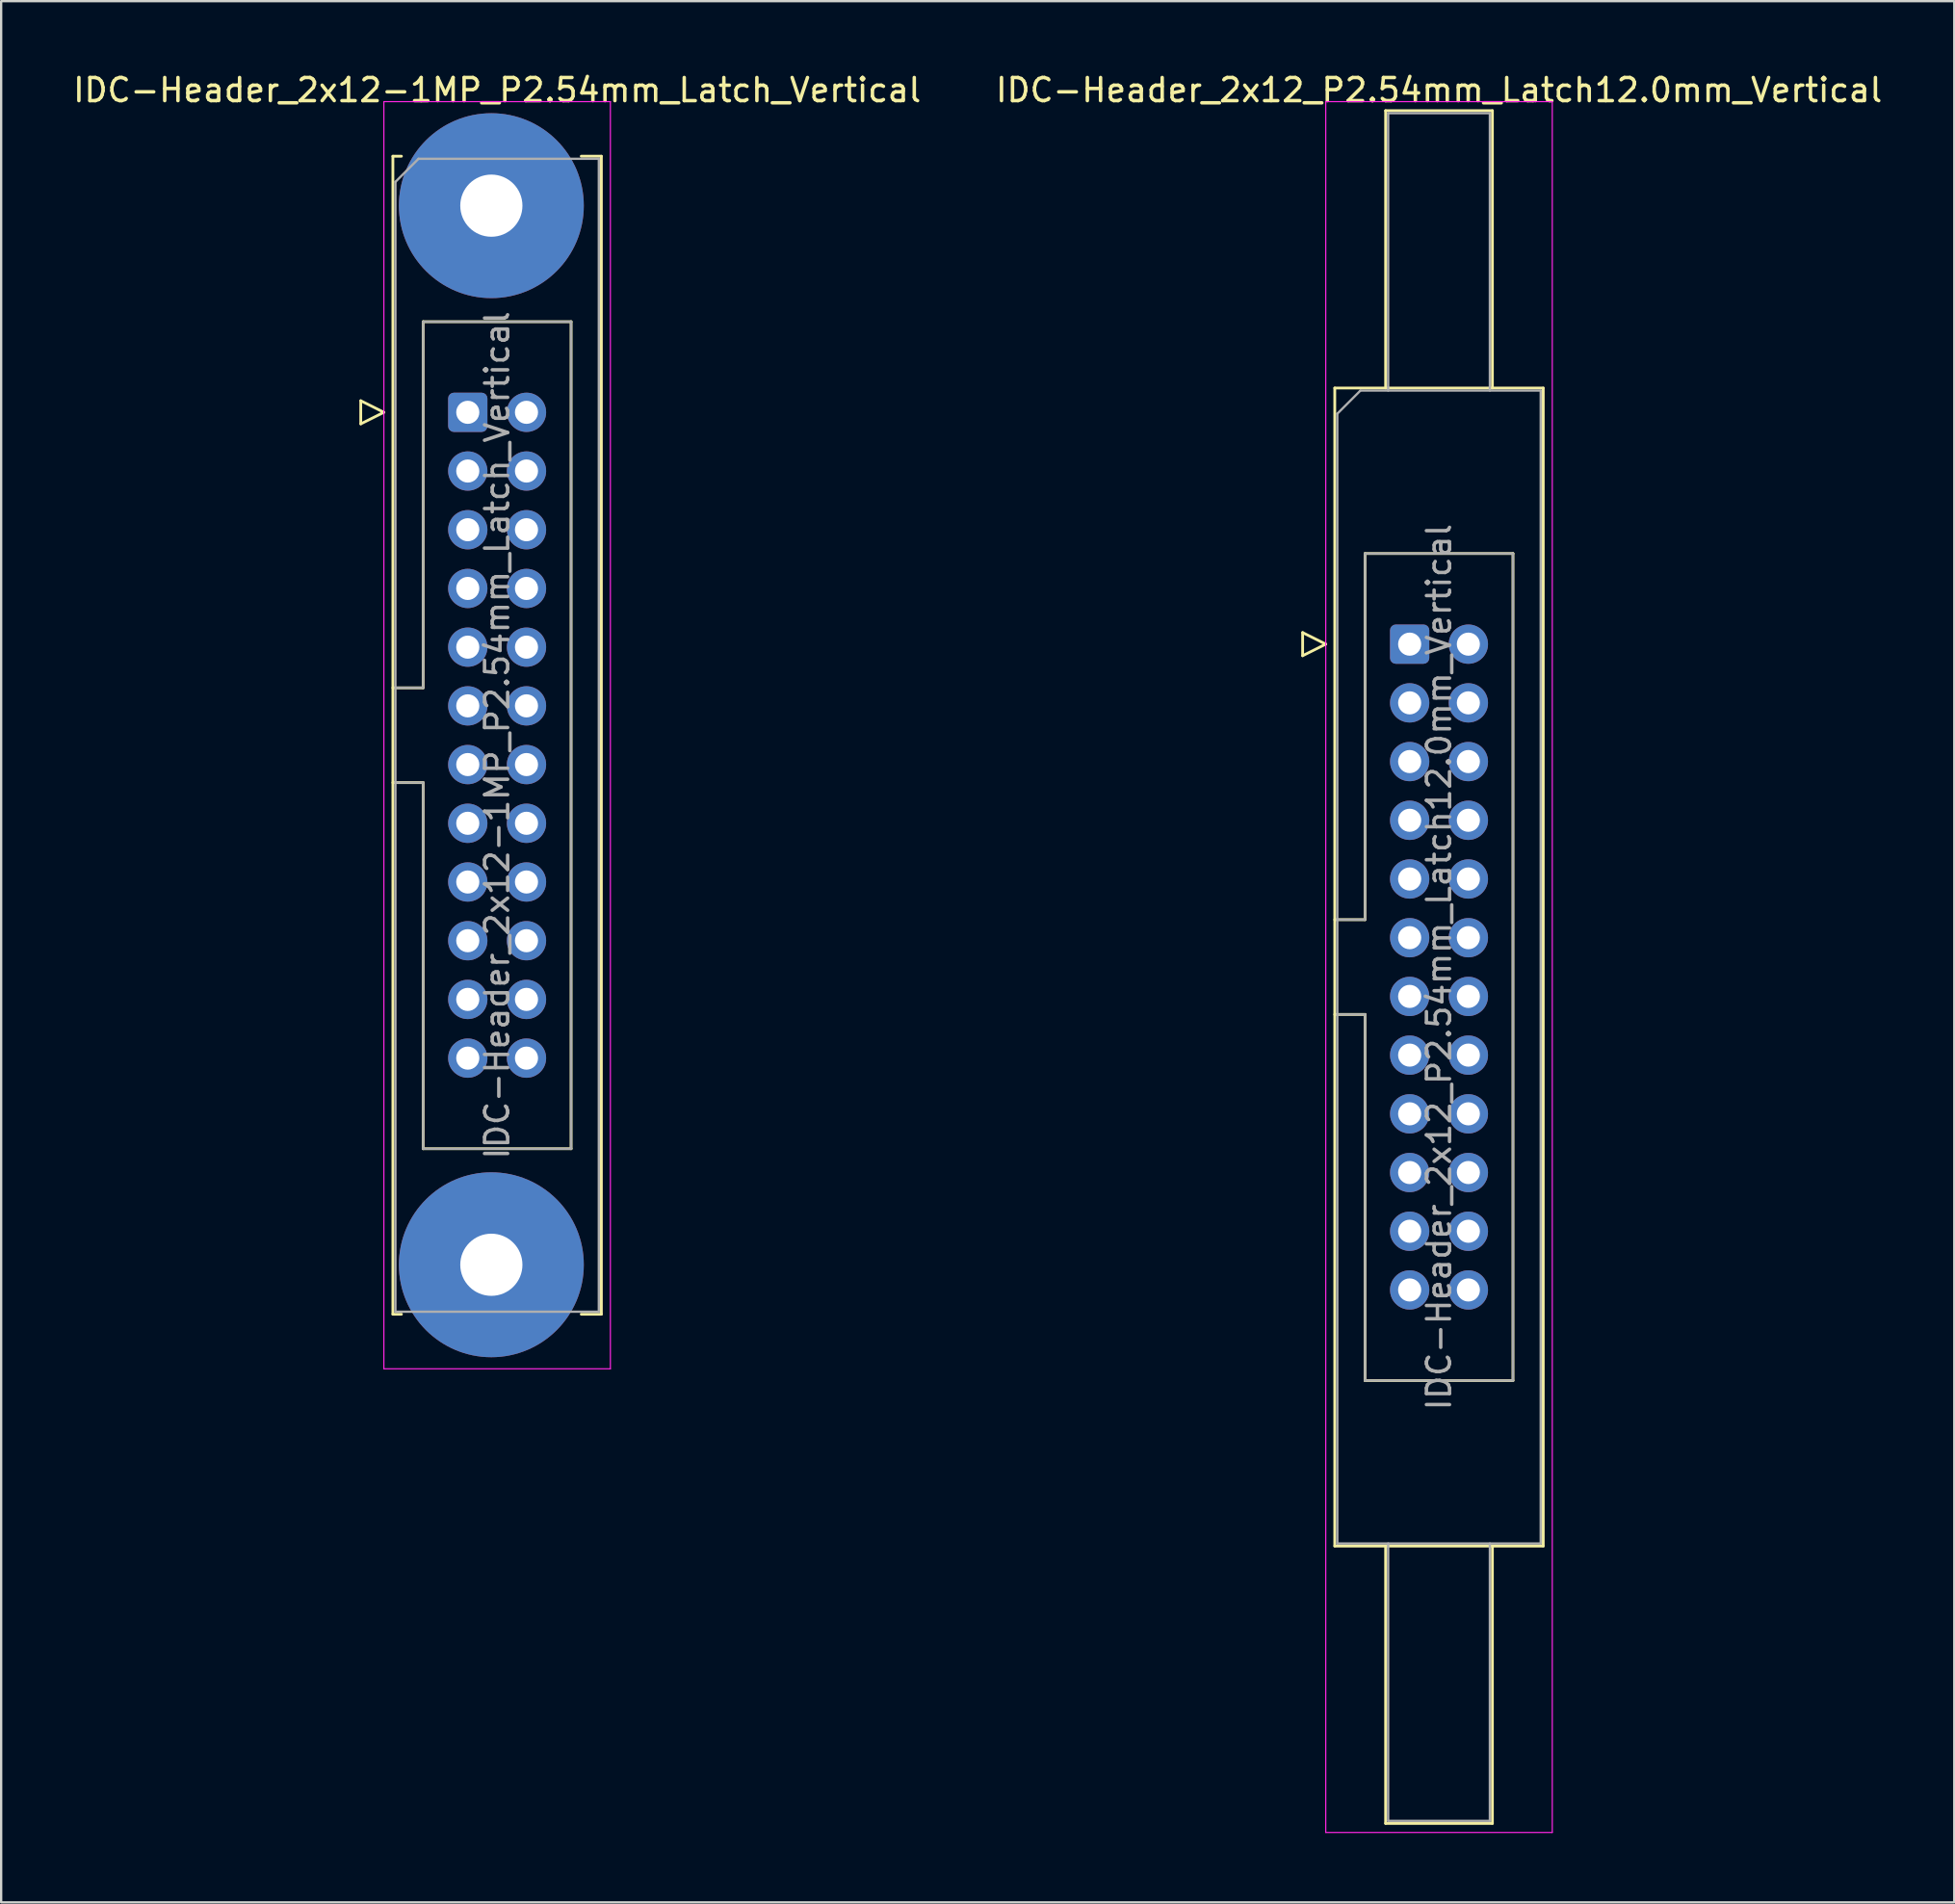
<source format=kicad_pcb>
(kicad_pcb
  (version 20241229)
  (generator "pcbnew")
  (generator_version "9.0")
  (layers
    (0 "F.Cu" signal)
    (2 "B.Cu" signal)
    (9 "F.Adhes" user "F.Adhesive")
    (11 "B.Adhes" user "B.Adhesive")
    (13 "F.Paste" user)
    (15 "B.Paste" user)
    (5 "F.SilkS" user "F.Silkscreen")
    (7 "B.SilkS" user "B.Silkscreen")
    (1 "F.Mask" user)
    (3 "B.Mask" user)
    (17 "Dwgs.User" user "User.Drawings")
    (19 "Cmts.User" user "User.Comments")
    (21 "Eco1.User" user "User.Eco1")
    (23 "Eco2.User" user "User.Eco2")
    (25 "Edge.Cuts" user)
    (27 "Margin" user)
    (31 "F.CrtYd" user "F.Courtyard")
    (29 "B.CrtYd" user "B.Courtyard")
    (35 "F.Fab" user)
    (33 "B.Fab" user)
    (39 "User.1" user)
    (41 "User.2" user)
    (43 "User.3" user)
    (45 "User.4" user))
  (footprint "IDC-Header_2x12_P2.54mm_Latch12.0mm_Vertical"
    (layer "F.Cu")
    (at 57.938 24.818)
    (property "Reference" "IDC-Header_2x12_P2.54mm_Latch12.0mm_Vertical" (at 1.27 -23.97 0) (layer "F.SilkS") (effects (font (size 1 1) (thickness 0.15))))
    (attr through_hole)
    (fp_line (start -4.63 -0.5) (end -4.63 0.5) (stroke (width 0.12) (type solid)) (layer "F.SilkS"))
    (fp_line (start -4.63 0.5) (end -3.63 0) (stroke (width 0.12) (type solid)) (layer "F.SilkS"))
    (fp_line (start -3.63 0) (end -4.63 -0.5) (stroke (width 0.12) (type solid)) (layer "F.SilkS"))
    (fp_line (start -3.24 -11.08) (end 5.78 -11.08) (stroke (width 0.12) (type solid)) (layer "F.SilkS"))
    (fp_line (start -3.24 11.92) (end -1.93 11.92) (stroke (width 0.12) (type solid)) (layer "F.SilkS"))
    (fp_line (start -3.24 39.02) (end -3.24 -11.08) (stroke (width 0.12) (type solid)) (layer "F.SilkS"))
    (fp_line (start -1.93 -3.92) (end 4.47 -3.92) (stroke (width 0.12) (type solid)) (layer "F.SilkS"))
    (fp_line (start -1.93 11.92) (end -1.93 -3.92) (stroke (width 0.12) (type solid)) (layer "F.SilkS"))
    (fp_line (start -1.93 16.02) (end -3.24 16.02) (stroke (width 0.12) (type solid)) (layer "F.SilkS"))
    (fp_line (start -1.93 31.86) (end -1.93 16.02) (stroke (width 0.12) (type solid)) (layer "F.SilkS"))
    (fp_line (start -1.04 -23.08) (end 3.58 -23.08) (stroke (width 0.12) (type solid)) (layer "F.SilkS"))
    (fp_line (start -1.04 -11.08) (end -1.04 -23.08) (stroke (width 0.12) (type solid)) (layer "F.SilkS"))
    (fp_line (start -1.04 39.02) (end -1.04 51.02) (stroke (width 0.12) (type solid)) (layer "F.SilkS"))
    (fp_line (start -1.04 51.02) (end 3.58 51.02) (stroke (width 0.12) (type solid)) (layer "F.SilkS"))
    (fp_line (start 3.58 -23.08) (end 3.58 -11.08) (stroke (width 0.12) (type solid)) (layer "F.SilkS"))
    (fp_line (start 3.58 51.02) (end 3.58 39.02) (stroke (width 0.12) (type solid)) (layer "F.SilkS"))
    (fp_line (start 4.47 -3.92) (end 4.47 31.86) (stroke (width 0.12) (type solid)) (layer "F.SilkS"))
    (fp_line (start 4.47 31.86) (end -1.93 31.86) (stroke (width 0.12) (type solid)) (layer "F.SilkS"))
    (fp_line (start 5.78 -11.08) (end 5.78 39.02) (stroke (width 0.12) (type solid)) (layer "F.SilkS"))
    (fp_line (start 5.78 39.02) (end -3.24 39.02) (stroke (width 0.12) (type solid)) (layer "F.SilkS"))
    (fp_line (start -3.63 -23.47) (end -3.63 51.41) (stroke (width 0.05) (type solid)) (layer "F.CrtYd"))
    (fp_line (start -3.63 51.41) (end 6.17 51.41) (stroke (width 0.05) (type solid)) (layer "F.CrtYd"))
    (fp_line (start 6.17 -23.47) (end -3.63 -23.47) (stroke (width 0.05) (type solid)) (layer "F.CrtYd"))
    (fp_line (start 6.17 51.41) (end 6.17 -23.47) (stroke (width 0.05) (type solid)) (layer "F.CrtYd"))
    (fp_line (start -3.13 -9.97) (end -2.13 -10.97) (stroke (width 0.1) (type solid)) (layer "F.Fab"))
    (fp_line (start -3.13 11.92) (end -1.93 11.92) (stroke (width 0.1) (type solid)) (layer "F.Fab"))
    (fp_line (start -3.13 38.91) (end -3.13 -9.97) (stroke (width 0.1) (type solid)) (layer "F.Fab"))
    (fp_line (start -2.13 -10.97) (end 5.67 -10.97) (stroke (width 0.1) (type solid)) (layer "F.Fab"))
    (fp_line (start -1.93 -3.92) (end 4.47 -3.92) (stroke (width 0.1) (type solid)) (layer "F.Fab"))
    (fp_line (start -1.93 11.92) (end -1.93 -3.92) (stroke (width 0.1) (type solid)) (layer "F.Fab"))
    (fp_line (start -1.93 16.02) (end -3.13 16.02) (stroke (width 0.1) (type solid)) (layer "F.Fab"))
    (fp_line (start -1.93 31.86) (end -1.93 16.02) (stroke (width 0.1) (type solid)) (layer "F.Fab"))
    (fp_line (start -0.93 -22.97) (end 3.47 -22.97) (stroke (width 0.1) (type solid)) (layer "F.Fab"))
    (fp_line (start -0.93 -10.97) (end -0.93 -22.97) (stroke (width 0.1) (type solid)) (layer "F.Fab"))
    (fp_line (start -0.93 38.91) (end -0.93 50.91) (stroke (width 0.1) (type solid)) (layer "F.Fab"))
    (fp_line (start -0.93 50.91) (end 3.47 50.91) (stroke (width 0.1) (type solid)) (layer "F.Fab"))
    (fp_line (start 3.47 -22.97) (end 3.47 -10.97) (stroke (width 0.1) (type solid)) (layer "F.Fab"))
    (fp_line (start 3.47 50.91) (end 3.47 38.91) (stroke (width 0.1) (type solid)) (layer "F.Fab"))
    (fp_line (start 4.47 -3.92) (end 4.47 31.86) (stroke (width 0.1) (type solid)) (layer "F.Fab"))
    (fp_line (start 4.47 31.86) (end -1.93 31.86) (stroke (width 0.1) (type solid)) (layer "F.Fab"))
    (fp_line (start 5.67 -10.97) (end 5.67 38.91) (stroke (width 0.1) (type solid)) (layer "F.Fab"))
    (fp_line (start 5.67 38.91) (end -3.13 38.91) (stroke (width 0.1) (type solid)) (layer "F.Fab"))
    (fp_text user "${REFERENCE}" (at 1.27 13.97 90) (layer "F.Fab") (effects (font (size 1 1) (thickness 0.15))))
    (pad "1" thru_hole roundrect (at 0 0) (size 1.7 1.7) (drill 1) (layers "*.Cu" "*.Mask") (roundrect_rratio 0.147))
    (pad "2" thru_hole circle (at 2.54 0) (size 1.7 1.7) (drill 1) (layers "*.Cu" "*.Mask"))
    (pad "3" thru_hole circle (at 0 2.54) (size 1.7 1.7) (drill 1) (layers "*.Cu" "*.Mask"))
    (pad "4" thru_hole circle (at 2.54 2.54) (size 1.7 1.7) (drill 1) (layers "*.Cu" "*.Mask"))
    (pad "5" thru_hole circle (at 0 5.08) (size 1.7 1.7) (drill 1) (layers "*.Cu" "*.Mask"))
    (pad "6" thru_hole circle (at 2.54 5.08) (size 1.7 1.7) (drill 1) (layers "*.Cu" "*.Mask"))
    (pad "7" thru_hole circle (at 0 7.62) (size 1.7 1.7) (drill 1) (layers "*.Cu" "*.Mask"))
    (pad "8" thru_hole circle (at 2.54 7.62) (size 1.7 1.7) (drill 1) (layers "*.Cu" "*.Mask"))
    (pad "9" thru_hole circle (at 0 10.16) (size 1.7 1.7) (drill 1) (layers "*.Cu" "*.Mask"))
    (pad "10" thru_hole circle (at 2.54 10.16) (size 1.7 1.7) (drill 1) (layers "*.Cu" "*.Mask"))
    (pad "11" thru_hole circle (at 0 12.7) (size 1.7 1.7) (drill 1) (layers "*.Cu" "*.Mask"))
    (pad "12" thru_hole circle (at 2.54 12.7) (size 1.7 1.7) (drill 1) (layers "*.Cu" "*.Mask"))
    (pad "13" thru_hole circle (at 0 15.24) (size 1.7 1.7) (drill 1) (layers "*.Cu" "*.Mask"))
    (pad "14" thru_hole circle (at 2.54 15.24) (size 1.7 1.7) (drill 1) (layers "*.Cu" "*.Mask"))
    (pad "15" thru_hole circle (at 0 17.78) (size 1.7 1.7) (drill 1) (layers "*.Cu" "*.Mask"))
    (pad "16" thru_hole circle (at 2.54 17.78) (size 1.7 1.7) (drill 1) (layers "*.Cu" "*.Mask"))
    (pad "17" thru_hole circle (at 0 20.32) (size 1.7 1.7) (drill 1) (layers "*.Cu" "*.Mask"))
    (pad "18" thru_hole circle (at 2.54 20.32) (size 1.7 1.7) (drill 1) (layers "*.Cu" "*.Mask"))
    (pad "19" thru_hole circle (at 0 22.86) (size 1.7 1.7) (drill 1) (layers "*.Cu" "*.Mask"))
    (pad "20" thru_hole circle (at 2.54 22.86) (size 1.7 1.7) (drill 1) (layers "*.Cu" "*.Mask"))
    (pad "21" thru_hole circle (at 0 25.4) (size 1.7 1.7) (drill 1) (layers "*.Cu" "*.Mask"))
    (pad "22" thru_hole circle (at 2.54 25.4) (size 1.7 1.7) (drill 1) (layers "*.Cu" "*.Mask"))
    (pad "23" thru_hole circle (at 0 27.94) (size 1.7 1.7) (drill 1) (layers "*.Cu" "*.Mask"))
    (pad "24" thru_hole circle (at 2.54 27.94) (size 1.7 1.7) (drill 1) (layers "*.Cu" "*.Mask")))
  (footprint "IDC-Header_2x12-1MP_P2.54mm_Latch_Vertical"
    (layer "F.Cu")
    (at 17.188 14.788)
    (property "Reference" "IDC-Header_2x12-1MP_P2.54mm_Latch_Vertical" (at 1.27 -13.94 0) (layer "F.SilkS") (effects (font (size 1 1) (thickness 0.15))))
    (attr through_hole)
    (fp_line (start -4.63 -0.5) (end -4.63 0.5) (stroke (width 0.12) (type solid)) (layer "F.SilkS"))
    (fp_line (start -4.63 0.5) (end -3.63 0) (stroke (width 0.12) (type solid)) (layer "F.SilkS"))
    (fp_line (start -3.63 0) (end -4.63 -0.5) (stroke (width 0.12) (type solid)) (layer "F.SilkS"))
    (fp_line (start -3.24 -11.08) (end -3.24 39.02) (stroke (width 0.12) (type solid)) (layer "F.SilkS"))
    (fp_line (start -3.24 11.92) (end -1.93 11.92) (stroke (width 0.12) (type solid)) (layer "F.SilkS"))
    (fp_line (start -3.24 39.02) (end -2.87 39.02) (stroke (width 0.12) (type solid)) (layer "F.SilkS"))
    (fp_line (start -2.87 -11.08) (end -3.24 -11.08) (stroke (width 0.12) (type solid)) (layer "F.SilkS"))
    (fp_line (start -1.93 -3.92) (end 4.47 -3.92) (stroke (width 0.12) (type solid)) (layer "F.SilkS"))
    (fp_line (start -1.93 11.92) (end -1.93 -3.92) (stroke (width 0.12) (type solid)) (layer "F.SilkS"))
    (fp_line (start -1.93 16.02) (end -3.24 16.02) (stroke (width 0.12) (type solid)) (layer "F.SilkS"))
    (fp_line (start -1.93 31.86) (end -1.93 16.02) (stroke (width 0.12) (type solid)) (layer "F.SilkS"))
    (fp_line (start 4.47 -3.92) (end 4.47 31.86) (stroke (width 0.12) (type solid)) (layer "F.SilkS"))
    (fp_line (start 4.47 31.86) (end -1.93 31.86) (stroke (width 0.12) (type solid)) (layer "F.SilkS"))
    (fp_line (start 4.91 -11.08) (end 5.78 -11.08) (stroke (width 0.12) (type solid)) (layer "F.SilkS"))
    (fp_line (start 5.78 -11.08) (end 5.78 39.02) (stroke (width 0.12) (type solid)) (layer "F.SilkS"))
    (fp_line (start 5.78 39.02) (end 4.91 39.02) (stroke (width 0.12) (type solid)) (layer "F.SilkS"))
    (fp_line (start -3.63 -13.44) (end -3.63 41.38) (stroke (width 0.05) (type solid)) (layer "F.CrtYd"))
    (fp_line (start -3.63 41.38) (end 6.17 41.38) (stroke (width 0.05) (type solid)) (layer "F.CrtYd"))
    (fp_line (start 6.17 -13.44) (end -3.63 -13.44) (stroke (width 0.05) (type solid)) (layer "F.CrtYd"))
    (fp_line (start 6.17 41.38) (end 6.17 -13.44) (stroke (width 0.05) (type solid)) (layer "F.CrtYd"))
    (fp_line (start -3.13 -9.97) (end -2.13 -10.97) (stroke (width 0.1) (type solid)) (layer "F.Fab"))
    (fp_line (start -3.13 11.92) (end -1.93 11.92) (stroke (width 0.1) (type solid)) (layer "F.Fab"))
    (fp_line (start -3.13 38.91) (end -3.13 -9.97) (stroke (width 0.1) (type solid)) (layer "F.Fab"))
    (fp_line (start -2.13 -10.97) (end 5.67 -10.97) (stroke (width 0.1) (type solid)) (layer "F.Fab"))
    (fp_line (start -1.93 -3.92) (end 4.47 -3.92) (stroke (width 0.1) (type solid)) (layer "F.Fab"))
    (fp_line (start -1.93 11.92) (end -1.93 -3.92) (stroke (width 0.1) (type solid)) (layer "F.Fab"))
    (fp_line (start -1.93 16.02) (end -3.13 16.02) (stroke (width 0.1) (type solid)) (layer "F.Fab"))
    (fp_line (start -1.93 31.86) (end -1.93 16.02) (stroke (width 0.1) (type solid)) (layer "F.Fab"))
    (fp_line (start 4.47 -3.92) (end 4.47 31.86) (stroke (width 0.1) (type solid)) (layer "F.Fab"))
    (fp_line (start 4.47 31.86) (end -1.93 31.86) (stroke (width 0.1) (type solid)) (layer "F.Fab"))
    (fp_line (start 5.67 -10.97) (end 5.67 38.91) (stroke (width 0.1) (type solid)) (layer "F.Fab"))
    (fp_line (start 5.67 38.91) (end -3.13 38.91) (stroke (width 0.1) (type solid)) (layer "F.Fab"))
    (fp_text user "${REFERENCE}" (at 1.27 13.97 90) (layer "F.Fab") (effects (font (size 1 1) (thickness 0.15))))
    (pad "1" thru_hole roundrect (at 0 0) (size 1.7 1.7) (drill 1) (layers "*.Cu" "*.Mask") (roundrect_rratio 0.147))
    (pad "2" thru_hole circle (at 2.54 0) (size 1.7 1.7) (drill 1) (layers "*.Cu" "*.Mask"))
    (pad "3" thru_hole circle (at 0 2.54) (size 1.7 1.7) (drill 1) (layers "*.Cu" "*.Mask"))
    (pad "4" thru_hole circle (at 2.54 2.54) (size 1.7 1.7) (drill 1) (layers "*.Cu" "*.Mask"))
    (pad "5" thru_hole circle (at 0 5.08) (size 1.7 1.7) (drill 1) (layers "*.Cu" "*.Mask"))
    (pad "6" thru_hole circle (at 2.54 5.08) (size 1.7 1.7) (drill 1) (layers "*.Cu" "*.Mask"))
    (pad "7" thru_hole circle (at 0 7.62) (size 1.7 1.7) (drill 1) (layers "*.Cu" "*.Mask"))
    (pad "8" thru_hole circle (at 2.54 7.62) (size 1.7 1.7) (drill 1) (layers "*.Cu" "*.Mask"))
    (pad "9" thru_hole circle (at 0 10.16) (size 1.7 1.7) (drill 1) (layers "*.Cu" "*.Mask"))
    (pad "10" thru_hole circle (at 2.54 10.16) (size 1.7 1.7) (drill 1) (layers "*.Cu" "*.Mask"))
    (pad "11" thru_hole circle (at 0 12.7) (size 1.7 1.7) (drill 1) (layers "*.Cu" "*.Mask"))
    (pad "12" thru_hole circle (at 2.54 12.7) (size 1.7 1.7) (drill 1) (layers "*.Cu" "*.Mask"))
    (pad "13" thru_hole circle (at 0 15.24) (size 1.7 1.7) (drill 1) (layers "*.Cu" "*.Mask"))
    (pad "14" thru_hole circle (at 2.54 15.24) (size 1.7 1.7) (drill 1) (layers "*.Cu" "*.Mask"))
    (pad "15" thru_hole circle (at 0 17.78) (size 1.7 1.7) (drill 1) (layers "*.Cu" "*.Mask"))
    (pad "16" thru_hole circle (at 2.54 17.78) (size 1.7 1.7) (drill 1) (layers "*.Cu" "*.Mask"))
    (pad "17" thru_hole circle (at 0 20.32) (size 1.7 1.7) (drill 1) (layers "*.Cu" "*.Mask"))
    (pad "18" thru_hole circle (at 2.54 20.32) (size 1.7 1.7) (drill 1) (layers "*.Cu" "*.Mask"))
    (pad "19" thru_hole circle (at 0 22.86) (size 1.7 1.7) (drill 1) (layers "*.Cu" "*.Mask"))
    (pad "20" thru_hole circle (at 2.54 22.86) (size 1.7 1.7) (drill 1) (layers "*.Cu" "*.Mask"))
    (pad "21" thru_hole circle (at 0 25.4) (size 1.7 1.7) (drill 1) (layers "*.Cu" "*.Mask"))
    (pad "22" thru_hole circle (at 2.54 25.4) (size 1.7 1.7) (drill 1) (layers "*.Cu" "*.Mask"))
    (pad "23" thru_hole circle (at 0 27.94) (size 1.7 1.7) (drill 1) (layers "*.Cu" "*.Mask"))
    (pad "24" thru_hole circle (at 2.54 27.94) (size 1.7 1.7) (drill 1) (layers "*.Cu" "*.Mask"))
    (pad "MP" thru_hole circle (at 1.02 -8.94) (size 8 8) (drill 2.69) (layers "*.Cu" "*.Mask"))
    (pad "MP" thru_hole circle (at 1.02 36.88) (size 8 8) (drill 2.69) (layers "*.Cu" "*.Mask")))
  (gr_rect
    (start -3 -3)
    (end 81.5 79.253)
    (stroke (width 0.1) (type default))
    (fill no)
    (layer "Edge.Cuts")))
</source>
